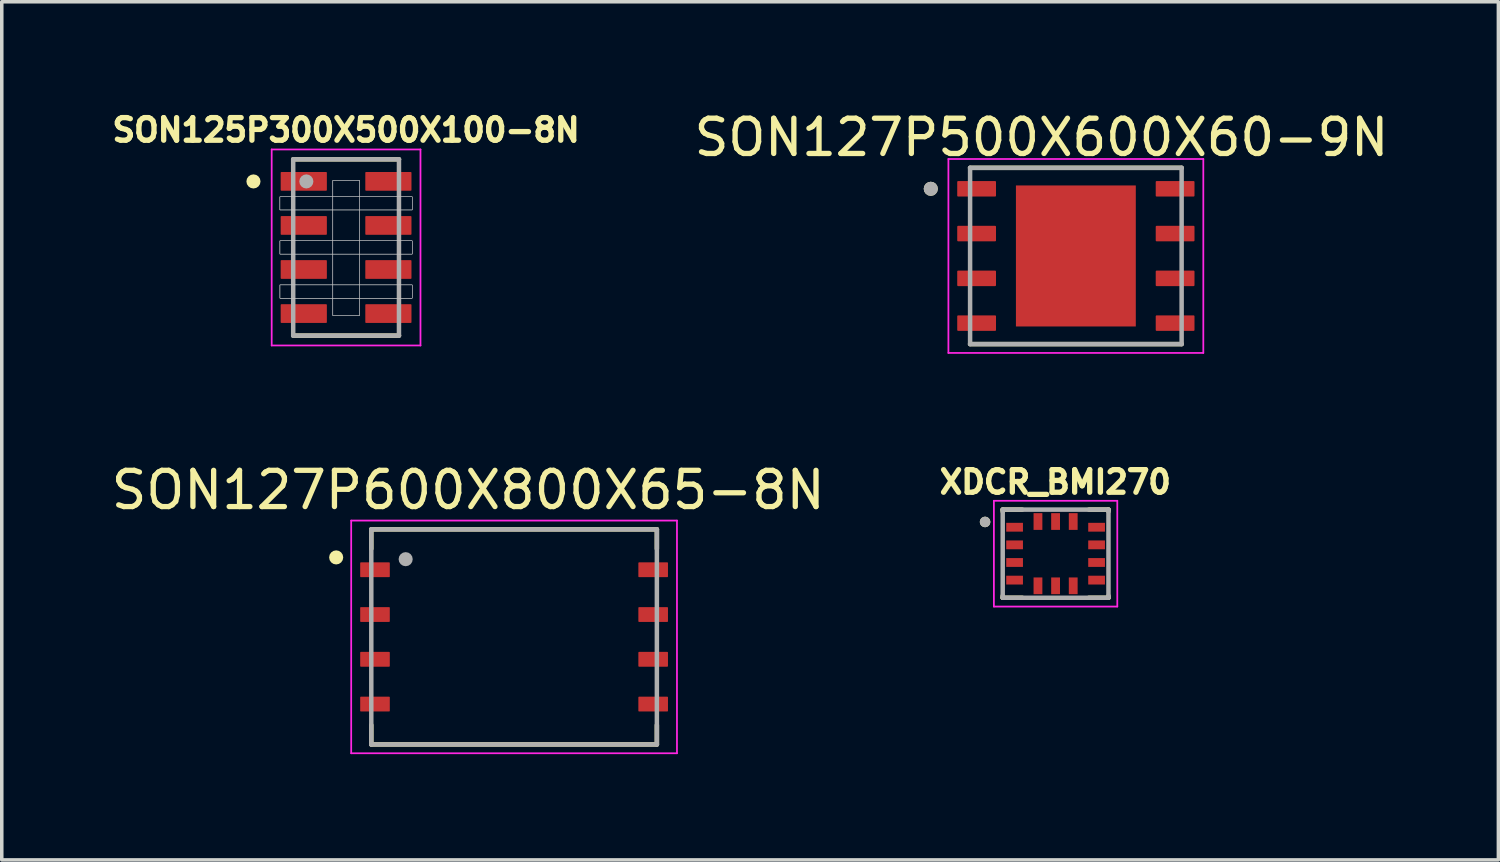
<source format=kicad_pcb>
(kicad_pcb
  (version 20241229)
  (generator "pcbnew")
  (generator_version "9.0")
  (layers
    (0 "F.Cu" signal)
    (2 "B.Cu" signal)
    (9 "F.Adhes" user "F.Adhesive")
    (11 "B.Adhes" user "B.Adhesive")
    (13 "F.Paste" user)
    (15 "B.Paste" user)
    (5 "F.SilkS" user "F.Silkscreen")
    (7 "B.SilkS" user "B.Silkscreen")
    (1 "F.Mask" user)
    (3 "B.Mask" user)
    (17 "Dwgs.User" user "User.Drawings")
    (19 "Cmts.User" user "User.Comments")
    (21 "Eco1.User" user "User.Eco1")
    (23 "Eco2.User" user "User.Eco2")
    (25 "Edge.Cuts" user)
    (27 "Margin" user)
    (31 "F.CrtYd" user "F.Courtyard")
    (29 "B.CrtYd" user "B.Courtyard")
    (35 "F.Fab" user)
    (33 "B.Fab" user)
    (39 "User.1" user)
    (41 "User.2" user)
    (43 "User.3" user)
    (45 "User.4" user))
  (footprint "SON127P600X800X65-8N"
    (layer "F.Cu")
    (at 11.531 15.015)
    (property "Reference" "SON127P600X800X65-8N" (at -1.301 -4.165 0) (layer "F.SilkS") (effects (font (size 1.028 1.028) (thickness 0.15))))
    (attr through_hole)
    (fp_line (start -4.05 -3.05) (end -4.05 -2.5) (stroke (width 0.127) (type solid)) (layer "F.SilkS"))
    (fp_line (start -4.05 -3.05) (end 4.05 -3.05) (stroke (width 0.127) (type solid)) (layer "F.SilkS"))
    (fp_line (start -4.05 3.05) (end -4.05 2.5) (stroke (width 0.127) (type solid)) (layer "F.SilkS"))
    (fp_line (start 4.05 -3.05) (end 4.05 -2.5) (stroke (width 0.127) (type solid)) (layer "F.SilkS"))
    (fp_line (start 4.05 3.05) (end -4.05 3.05) (stroke (width 0.127) (type solid)) (layer "F.SilkS"))
    (fp_line (start 4.05 3.05) (end 4.05 2.5) (stroke (width 0.127) (type solid)) (layer "F.SilkS"))
    (fp_circle (center -5.046 -2.255) (end -4.946 -2.255) (stroke (width 0.2) (type solid)) (fill no) (layer "F.SilkS"))
    (fp_line (start -4.62 -3.3) (end 4.62 -3.3) (stroke (width 0.05) (type solid)) (layer "F.CrtYd"))
    (fp_line (start -4.62 3.3) (end -4.62 -3.3) (stroke (width 0.05) (type solid)) (layer "F.CrtYd"))
    (fp_line (start 4.62 -3.3) (end 4.62 3.3) (stroke (width 0.05) (type solid)) (layer "F.CrtYd"))
    (fp_line (start 4.62 3.3) (end -4.62 3.3) (stroke (width 0.05) (type solid)) (layer "F.CrtYd"))
    (fp_line (start -4.05 -3.05) (end 4.05 -3.05) (stroke (width 0.127) (type solid)) (layer "F.Fab"))
    (fp_line (start -4.05 3.05) (end -4.05 -3.05) (stroke (width 0.127) (type solid)) (layer "F.Fab"))
    (fp_line (start 4.05 -3.05) (end 4.05 3.05) (stroke (width 0.127) (type solid)) (layer "F.Fab"))
    (fp_line (start 4.05 3.05) (end -4.05 3.05) (stroke (width 0.127) (type solid)) (layer "F.Fab"))
    (fp_circle (center -3.075 -2.205) (end -2.975 -2.205) (stroke (width 0.2) (type solid)) (fill no) (layer "F.Fab"))
    (pad "1" smd roundrect (at -3.945 -1.905) (size 0.84 0.42) (layers "F.Cu" "F.Mask" "F.Paste") (roundrect_rratio 0.05))
    (pad "2" smd roundrect (at -3.945 -0.635) (size 0.84 0.42) (layers "F.Cu" "F.Mask" "F.Paste") (roundrect_rratio 0.05))
    (pad "3" smd roundrect (at -3.945 0.635) (size 0.84 0.42) (layers "F.Cu" "F.Mask" "F.Paste") (roundrect_rratio 0.05))
    (pad "4" smd roundrect (at -3.945 1.905) (size 0.84 0.42) (layers "F.Cu" "F.Mask" "F.Paste") (roundrect_rratio 0.05))
    (pad "5" smd roundrect (at 3.945 1.905) (size 0.84 0.42) (layers "F.Cu" "F.Mask" "F.Paste") (roundrect_rratio 0.05))
    (pad "6" smd roundrect (at 3.945 0.635) (size 0.84 0.42) (layers "F.Cu" "F.Mask" "F.Paste") (roundrect_rratio 0.05))
    (pad "7" smd roundrect (at 3.945 -0.635) (size 0.84 0.42) (layers "F.Cu" "F.Mask" "F.Paste") (roundrect_rratio 0.05))
    (pad "8" smd roundrect (at 3.945 -1.905) (size 0.84 0.42) (layers "F.Cu" "F.Mask" "F.Paste") (roundrect_rratio 0.05)))
  (footprint "XDCR_BMI270"
    (layer "F.Cu")
    (at 26.89 12.654)
    (property "Reference" "XDCR_BMI270" (at -0.008 -2.031 0) (layer "F.SilkS") (effects (font (size 0.64 0.64) (thickness 0.15))))
    (attr through_hole)
    (fp_line (start -1.5 -1.25) (end -1.5 -1.195) (stroke (width 0.127) (type solid)) (layer "F.SilkS"))
    (fp_line (start -1.5 -1.25) (end -0.945 -1.25) (stroke (width 0.127) (type solid)) (layer "F.SilkS"))
    (fp_line (start -1.5 1.195) (end -1.5 1.25) (stroke (width 0.127) (type solid)) (layer "F.SilkS"))
    (fp_line (start -1.5 1.25) (end -0.945 1.25) (stroke (width 0.127) (type solid)) (layer "F.SilkS"))
    (fp_line (start 0.945 -1.25) (end 1.5 -1.25) (stroke (width 0.127) (type solid)) (layer "F.SilkS"))
    (fp_line (start 0.945 1.25) (end 1.5 1.25) (stroke (width 0.127) (type solid)) (layer "F.SilkS"))
    (fp_line (start 1.5 -1.25) (end 1.5 -1.195) (stroke (width 0.127) (type solid)) (layer "F.SilkS"))
    (fp_line (start 1.5 1.195) (end 1.5 1.25) (stroke (width 0.127) (type solid)) (layer "F.SilkS"))
    (fp_circle (center -2 -0.9) (end -1.925 -0.9) (stroke (width 0.15) (type solid)) (fill no) (layer "F.SilkS"))
    (fp_line (start -1.75 -1.5) (end 1.75 -1.5) (stroke (width 0.05) (type solid)) (layer "F.CrtYd"))
    (fp_line (start -1.75 1.5) (end -1.75 -1.5) (stroke (width 0.05) (type solid)) (layer "F.CrtYd"))
    (fp_line (start 1.75 -1.5) (end 1.75 1.5) (stroke (width 0.05) (type solid)) (layer "F.CrtYd"))
    (fp_line (start 1.75 1.5) (end -1.75 1.5) (stroke (width 0.05) (type solid)) (layer "F.CrtYd"))
    (fp_line (start -1.5 -1.25) (end -1.5 1.25) (stroke (width 0.127) (type solid)) (layer "F.Fab"))
    (fp_line (start -1.5 1.25) (end 1.5 1.25) (stroke (width 0.127) (type solid)) (layer "F.Fab"))
    (fp_line (start 1.5 -1.25) (end -1.5 -1.25) (stroke (width 0.127) (type solid)) (layer "F.Fab"))
    (fp_line (start 1.5 1.25) (end 1.5 -1.25) (stroke (width 0.127) (type solid)) (layer "F.Fab"))
    (fp_circle (center -2 -0.9) (end -1.925 -0.9) (stroke (width 0.15) (type solid)) (fill no) (layer "F.Fab"))
    (pad "1" smd rect (at -1.163 -0.75) (size 0.475 0.25) (layers "F.Cu" "F.Mask" "F.Paste"))
    (pad "2" smd rect (at -1.163 -0.25) (size 0.475 0.25) (layers "F.Cu" "F.Mask" "F.Paste"))
    (pad "3" smd rect (at -1.163 0.25) (size 0.475 0.25) (layers "F.Cu" "F.Mask" "F.Paste"))
    (pad "4" smd rect (at -1.163 0.75) (size 0.475 0.25) (layers "F.Cu" "F.Mask" "F.Paste"))
    (pad "5" smd rect (at -0.5 0.912 90) (size 0.475 0.25) (layers "F.Cu" "F.Mask" "F.Paste"))
    (pad "6" smd rect (at 0 0.912 90) (size 0.475 0.25) (layers "F.Cu" "F.Mask" "F.Paste"))
    (pad "7" smd rect (at 0.5 0.912 90) (size 0.475 0.25) (layers "F.Cu" "F.Mask" "F.Paste"))
    (pad "8" smd rect (at 1.163 0.75) (size 0.475 0.25) (layers "F.Cu" "F.Mask" "F.Paste"))
    (pad "9" smd rect (at 1.163 0.25) (size 0.475 0.25) (layers "F.Cu" "F.Mask" "F.Paste"))
    (pad "10" smd rect (at 1.163 -0.25) (size 0.475 0.25) (layers "F.Cu" "F.Mask" "F.Paste"))
    (pad "11" smd rect (at 1.163 -0.75) (size 0.475 0.25) (layers "F.Cu" "F.Mask" "F.Paste"))
    (pad "12" smd rect (at 0.5 -0.912 90) (size 0.475 0.25) (layers "F.Cu" "F.Mask" "F.Paste"))
    (pad "13" smd rect (at 0 -0.912 90) (size 0.475 0.25) (layers "F.Cu" "F.Mask" "F.Paste"))
    (pad "14" smd rect (at -0.5 -0.912 90) (size 0.475 0.25) (layers "F.Cu" "F.Mask" "F.Paste")))
  (footprint "SON127P500X600X60-9N"
    (layer "F.Cu")
    (at 27.465 4.21)
    (property "Reference" "SON127P500X600X60-9N" (at -0.975 -3.362 0) (layer "F.SilkS") (effects (font (size 1 1) (thickness 0.15))))
    (attr through_hole)
    (fp_line (start -3 -2.5) (end 3 -2.5) (stroke (width 0.127) (type solid)) (layer "F.SilkS"))
    (fp_line (start -3 2.5) (end 3 2.5) (stroke (width 0.127) (type solid)) (layer "F.SilkS"))
    (fp_circle (center -4.115 -1.905) (end -4.015 -1.905) (stroke (width 0.2) (type solid)) (fill no) (layer "F.SilkS"))
    (fp_poly (pts (xy -1.08 -1.26) (xy 1.08 -1.26) (xy 1.08 1.26) (xy -1.08 1.26)) (stroke (width 0.01) (type solid)) (fill yes) (layer "F.Paste"))
    (fp_line (start -3.615 -2.75) (end -3.615 2.75) (stroke (width 0.05) (type solid)) (layer "F.CrtYd"))
    (fp_line (start -3.615 -2.75) (end 3.615 -2.75) (stroke (width 0.05) (type solid)) (layer "F.CrtYd"))
    (fp_line (start -3.615 2.75) (end 3.615 2.75) (stroke (width 0.05) (type solid)) (layer "F.CrtYd"))
    (fp_line (start 3.615 -2.75) (end 3.615 2.75) (stroke (width 0.05) (type solid)) (layer "F.CrtYd"))
    (fp_line (start -3 -2.5) (end -3 2.5) (stroke (width 0.127) (type solid)) (layer "F.Fab"))
    (fp_line (start -3 -2.5) (end 3 -2.5) (stroke (width 0.127) (type solid)) (layer "F.Fab"))
    (fp_line (start -3 2.5) (end 3 2.5) (stroke (width 0.127) (type solid)) (layer "F.Fab"))
    (fp_line (start 3 -2.5) (end 3 2.5) (stroke (width 0.127) (type solid)) (layer "F.Fab"))
    (fp_circle (center -4.115 -1.905) (end -4.015 -1.905) (stroke (width 0.2) (type solid)) (fill no) (layer "F.Fab"))
    (pad "1" smd roundrect (at -2.815 -1.905) (size 1.1 0.44) (layers "F.Cu" "F.Mask" "F.Paste") (roundrect_rratio 0.06))
    (pad "2" smd roundrect (at -2.815 -0.635) (size 1.1 0.44) (layers "F.Cu" "F.Mask" "F.Paste") (roundrect_rratio 0.06))
    (pad "3" smd roundrect (at -2.815 0.635) (size 1.1 0.44) (layers "F.Cu" "F.Mask" "F.Paste") (roundrect_rratio 0.06))
    (pad "4" smd roundrect (at -2.815 1.905) (size 1.1 0.44) (layers "F.Cu" "F.Mask" "F.Paste") (roundrect_rratio 0.06))
    (pad "5" smd roundrect (at 2.815 1.905) (size 1.1 0.44) (layers "F.Cu" "F.Mask" "F.Paste") (roundrect_rratio 0.06))
    (pad "6" smd roundrect (at 2.815 0.635) (size 1.1 0.44) (layers "F.Cu" "F.Mask" "F.Paste") (roundrect_rratio 0.06))
    (pad "7" smd roundrect (at 2.815 -0.635) (size 1.1 0.44) (layers "F.Cu" "F.Mask" "F.Paste") (roundrect_rratio 0.06))
    (pad "8" smd roundrect (at 2.815 -1.905) (size 1.1 0.44) (layers "F.Cu" "F.Mask" "F.Paste") (roundrect_rratio 0.06))
    (pad "9" smd rect (at 0 0) (size 3.4 4) (layers "F.Cu" "F.Mask")))
  (footprint "SON125P300X500X100-8N"
    (layer "F.Cu")
    (at 6.766 3.969)
    (property "Reference" "SON125P300X500X100-8N" (at -0.000003 -3.331 0) (layer "F.SilkS") (effects (font (size 0.641 0.641) (thickness 0.15))))
    (attr through_hole)
    (fp_line (start -1.5 -2.5) (end 1.5 -2.5) (stroke (width 0.127) (type solid)) (layer "F.SilkS"))
    (fp_line (start -1.5 2.5) (end 1.5 2.5) (stroke (width 0.127) (type solid)) (layer "F.SilkS"))
    (fp_circle (center -2.627 -1.873) (end -2.527 -1.873) (stroke (width 0.2) (type solid)) (fill no) (layer "F.SilkS"))
    (fp_poly (pts (xy -1.878 -1.438) (xy 1.875 -1.438) (xy 1.875 -1.064) (xy -1.878 -1.064)) (stroke (width 0.01) (type solid)) (fill no) (layer "Dwgs.User"))
    (fp_poly (pts (xy -1.877 -1.438) (xy 1.875 -1.438) (xy 1.875 -1.064) (xy -1.877 -1.064)) (stroke (width 0.01) (type solid)) (fill no) (layer "Dwgs.User"))
    (fp_poly (pts (xy -1.877 -0.188) (xy 1.875 -0.188) (xy 1.875 0.188) (xy -1.877 0.188)) (stroke (width 0.01) (type solid)) (fill no) (layer "Dwgs.User"))
    (fp_poly (pts (xy -1.877 1.062) (xy 1.875 1.062) (xy 1.875 1.439) (xy -1.877 1.439)) (stroke (width 0.01) (type solid)) (fill no) (layer "Dwgs.User"))
    (fp_poly (pts (xy -1.877 -1.438) (xy 1.875 -1.438) (xy 1.875 -1.063) (xy -1.877 -1.063)) (stroke (width 0.01) (type solid)) (fill no) (layer "Dwgs.User"))
    (fp_poly (pts (xy -1.877 -0.188) (xy 1.875 -0.188) (xy 1.875 0.188) (xy -1.877 0.188)) (stroke (width 0.01) (type solid)) (fill no) (layer "Dwgs.User"))
    (fp_poly (pts (xy -1.877 1.062) (xy 1.875 1.062) (xy 1.875 1.439) (xy -1.877 1.439)) (stroke (width 0.01) (type solid)) (fill no) (layer "Dwgs.User"))
    (fp_poly (pts (xy -1.876 -0.188) (xy 1.875 -0.188) (xy 1.875 0.188) (xy -1.876 0.188)) (stroke (width 0.01) (type solid)) (fill no) (layer "Dwgs.User"))
    (fp_poly (pts (xy -1.875 1.062) (xy 1.875 1.062) (xy 1.875 1.438) (xy -1.875 1.438)) (stroke (width 0.01) (type solid)) (fill no) (layer "Dwgs.User"))
    (fp_poly (pts (xy -0.376 -1.905) (xy 0.381 -1.905) (xy 0.381 1.937) (xy -0.376 1.937)) (stroke (width 0.01) (type solid)) (fill no) (layer "Dwgs.User"))
    (fp_poly (pts (xy -0.375 -1.905) (xy 0.381 -1.905) (xy 0.381 1.936) (xy -0.375 1.936)) (stroke (width 0.01) (type solid)) (fill no) (layer "Dwgs.User"))
    (fp_poly (pts (xy -0.375 -1.905) (xy 0.381 -1.905) (xy 0.381 1.934) (xy -0.375 1.934)) (stroke (width 0.01) (type solid)) (fill no) (layer "Dwgs.User"))
    (fp_line (start -2.11 -2.78) (end -2.11 2.78) (stroke (width 0.05) (type solid)) (layer "F.CrtYd"))
    (fp_line (start -2.11 2.78) (end 2.11 2.78) (stroke (width 0.05) (type solid)) (layer "F.CrtYd"))
    (fp_line (start 2.11 -2.78) (end -2.11 -2.78) (stroke (width 0.05) (type solid)) (layer "F.CrtYd"))
    (fp_line (start 2.11 2.78) (end 2.11 -2.78) (stroke (width 0.05) (type solid)) (layer "F.CrtYd"))
    (fp_line (start -1.5 -2.5) (end -1.5 2.5) (stroke (width 0.127) (type solid)) (layer "F.Fab"))
    (fp_line (start -1.5 2.5) (end 1.5 2.5) (stroke (width 0.127) (type solid)) (layer "F.Fab"))
    (fp_line (start 1.5 -2.5) (end -1.5 -2.5) (stroke (width 0.127) (type solid)) (layer "F.Fab"))
    (fp_line (start 1.5 2.5) (end 1.5 -2.5) (stroke (width 0.127) (type solid)) (layer "F.Fab"))
    (fp_circle (center -1.127 -1.873) (end -1.027 -1.873) (stroke (width 0.2) (type solid)) (fill no) (layer "F.Fab"))
    (pad "1" smd roundrect (at -1.2 -1.875) (size 1.31 0.53) (layers "F.Cu" "F.Mask" "F.Paste") (roundrect_rratio 0.04))
    (pad "2" smd roundrect (at -1.2 -0.625) (size 1.31 0.53) (layers "F.Cu" "F.Mask" "F.Paste") (roundrect_rratio 0.04))
    (pad "3" smd roundrect (at -1.2 0.625) (size 1.31 0.53) (layers "F.Cu" "F.Mask" "F.Paste") (roundrect_rratio 0.04))
    (pad "4" smd roundrect (at -1.2 1.875) (size 1.31 0.53) (layers "F.Cu" "F.Mask" "F.Paste") (roundrect_rratio 0.04))
    (pad "5" smd roundrect (at 1.2 1.875) (size 1.31 0.53) (layers "F.Cu" "F.Mask" "F.Paste") (roundrect_rratio 0.04))
    (pad "6" smd roundrect (at 1.2 0.625) (size 1.31 0.53) (layers "F.Cu" "F.Mask" "F.Paste") (roundrect_rratio 0.04))
    (pad "7" smd roundrect (at 1.2 -0.625) (size 1.31 0.53) (layers "F.Cu" "F.Mask" "F.Paste") (roundrect_rratio 0.04))
    (pad "8" smd roundrect (at 1.2 -1.875) (size 1.31 0.53) (layers "F.Cu" "F.Mask" "F.Paste") (roundrect_rratio 0.04)))
  (gr_rect
    (start -3 -3)
    (end 39.449 21.34)
    (stroke (width 0.1) (type default))
    (fill no)
    (layer "Edge.Cuts")))
</source>
